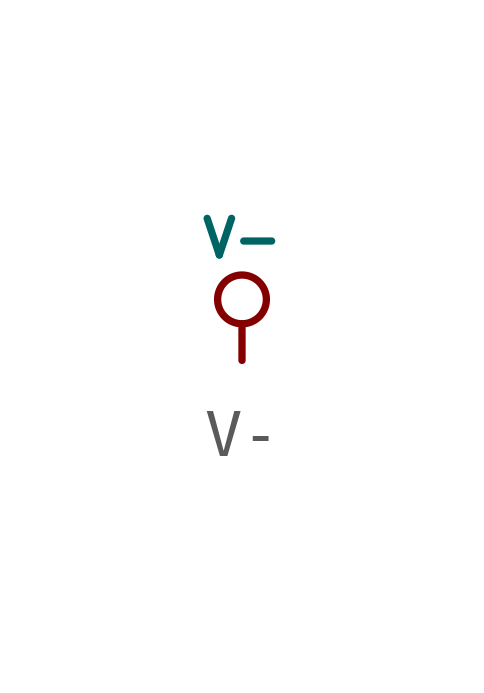
<source format=kicad_sym>
(kicad_symbol_lib
  (version 20231120)
  (generator "kicad_symbol_editor")
  (generator_version "8.0")
  (symbol "V-"
    (power)
    (pin_names
      (offset 0))
    (property "Reference" "#PWR"
      (at 0 2.54 0)
      (effects (font (size 0.762 0.762)) (hide yes)))
    (property "Value" "V-"
      (at 0 2.54 0)
      (effects (font (size 0.762 0.762))))
    (property "Footprint" ""
      (at 0 0 0)
      (effects (font (size 1.524 1.524))))
    (property "Datasheet" ""
      (at 0 0 0)
      (effects (font (size 1.524 1.524))))
    (symbol "V-_0_0"
      (pin power_in line (at 0 0 90) (length 0) hide (name "V-" (effects (font (size 0.508 0.508)))) (number "1" (effects (font (size 0.508 0.508))))))
    (symbol "V-_0_1"
      (polyline (pts (xy 0 0) (xy 0 0.762) (xy 0 0.762)) (stroke (width 0) (type default)) (fill (type none)))
      (circle (center 0 1.27) (radius 0.508) (stroke (width 0) (type default)) (fill (type none))))))
</source>
